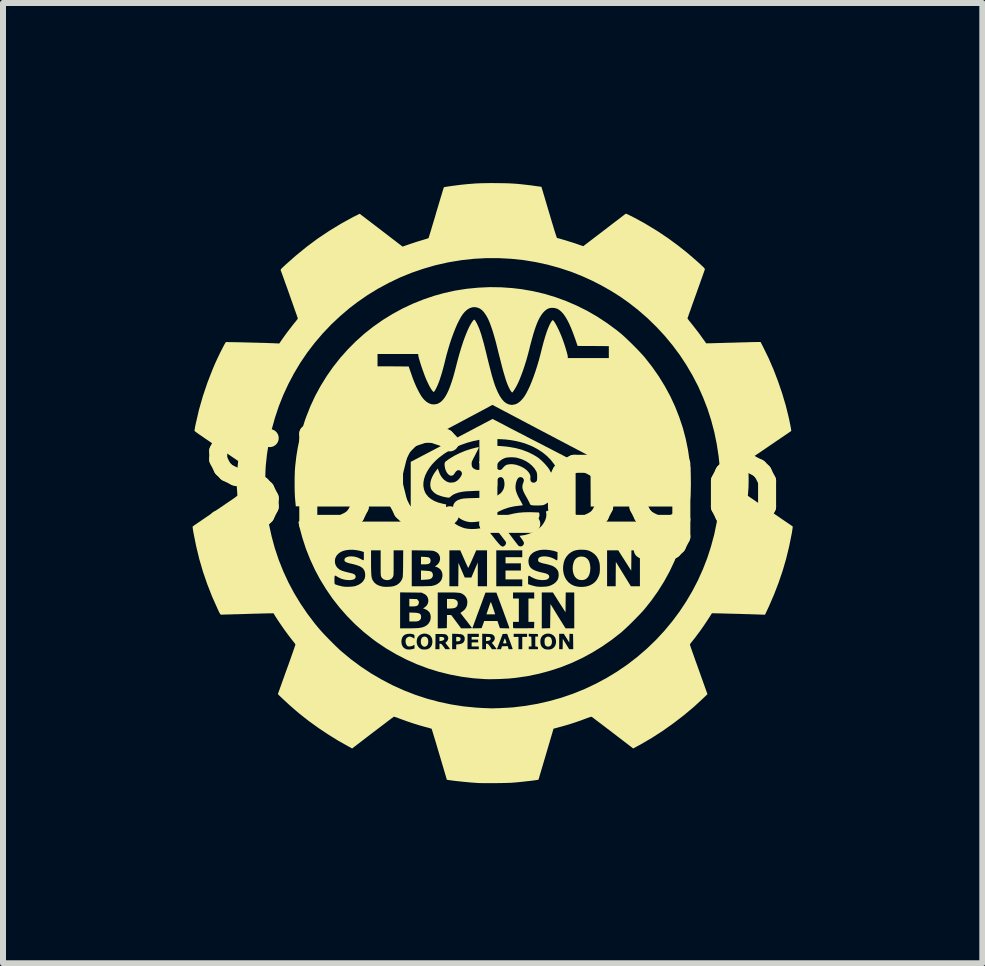
<source format=kicad_pcb>
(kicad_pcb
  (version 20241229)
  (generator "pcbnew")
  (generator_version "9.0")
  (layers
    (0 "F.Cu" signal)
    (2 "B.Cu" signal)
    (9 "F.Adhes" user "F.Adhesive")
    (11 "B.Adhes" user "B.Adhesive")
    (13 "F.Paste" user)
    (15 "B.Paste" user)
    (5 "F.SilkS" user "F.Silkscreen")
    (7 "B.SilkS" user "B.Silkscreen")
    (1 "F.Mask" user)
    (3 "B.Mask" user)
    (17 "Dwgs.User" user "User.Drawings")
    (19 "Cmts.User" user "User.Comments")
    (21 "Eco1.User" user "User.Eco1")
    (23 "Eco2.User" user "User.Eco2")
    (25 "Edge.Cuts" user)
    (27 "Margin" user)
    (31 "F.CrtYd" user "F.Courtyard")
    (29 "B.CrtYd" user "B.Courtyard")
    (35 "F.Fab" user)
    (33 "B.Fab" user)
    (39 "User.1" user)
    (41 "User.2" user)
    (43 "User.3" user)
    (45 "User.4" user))
  (footprint "SBCLogo"
    (layer "F.Cu")
    (at 5.157 4.998)
    (property "Reference" "SBCLogo" (at 0 0 0) (layer "F.SilkS") (effects (font (size 1.5 1.5) (thickness 0.3))))
    (attr board_only exclude_from_pos_files exclude_from_bom)
    (fp_poly (pts (xy -0.831 2.565) (xy -0.814 2.574) (xy -0.806 2.586) (xy -0.807 2.6) (xy -0.816 2.613) (xy -0.834 2.623) (xy -0.856 2.628) (xy -0.886 2.632) (xy -0.886 2.597) (xy -0.886 2.562) (xy -0.856 2.562)) (stroke (width 0) (type solid)) (fill yes) (layer "F.SilkS"))
    (fp_poly (pts (xy -0.558 2.565) (xy -0.541 2.575) (xy -0.533 2.591) (xy -0.533 2.596) (xy -0.538 2.616) (xy -0.551 2.629) (xy -0.573 2.635) (xy -0.581 2.636) (xy -0.607 2.636) (xy -0.607 2.599) (xy -0.607 2.562) (xy -0.583 2.562)) (stroke (width 0) (type solid)) (fill yes) (layer "F.SilkS"))
    (fp_poly (pts (xy -0.054 2.564) (xy -0.038 2.573) (xy -0.032 2.587) (xy -0.031 2.59) (xy -0.037 2.607) (xy -0.052 2.62) (xy -0.075 2.627) (xy -0.081 2.628) (xy -0.111 2.632) (xy -0.111 2.597) (xy -0.111 2.562) (xy -0.08 2.562)) (stroke (width 0) (type solid)) (fill yes) (layer "F.SilkS"))
    (fp_poly (pts (xy -1.325 1.93) (xy -1.261 1.932) (xy -1.244 1.951) (xy -1.233 1.965) (xy -1.229 1.978) (xy -1.23 1.995) (xy -1.23 1.996) (xy -1.235 2.017) (xy -1.245 2.033) (xy -1.262 2.044) (xy -1.287 2.051) (xy -1.321 2.054) (xy -1.344 2.054) (xy -1.388 2.054) (xy -1.388 1.991) (xy -1.388 1.928)) (stroke (width 0) (type solid)) (fill yes) (layer "F.SilkS"))
    (fp_poly (pts (xy -0.028 1.986) (xy -0.022 2) (xy -0.014 2.022) (xy -0.004 2.049) (xy 0.007 2.081) (xy 0.008 2.083) (xy 0.042 2.186) (xy -0.031 2.186) (xy -0.104 2.186) (xy -0.069 2.083) (xy -0.058 2.051) (xy -0.048 2.023) (xy -0.04 2.001) (xy -0.034 1.986) (xy -0.03 1.98) (xy -0.03 1.98)) (stroke (width 0) (type solid)) (fill yes) (layer "F.SilkS"))
    (fp_poly (pts (xy -1.136 1.229) (xy -1.109 1.231) (xy -1.086 1.234) (xy -1.068 1.237) (xy -1.062 1.239) (xy -1.045 1.253) (xy -1.036 1.275) (xy -1.034 1.291) (xy -1.037 1.314) (xy -1.046 1.331) (xy -1.062 1.343) (xy -1.086 1.35) (xy -1.12 1.353) (xy -1.139 1.353) (xy -1.194 1.353) (xy -1.194 1.29) (xy -1.194 1.227)) (stroke (width 0) (type solid)) (fill yes) (layer "F.SilkS"))
    (fp_poly (pts (xy -1.121 1.459) (xy -1.083 1.462) (xy -1.054 1.465) (xy -1.033 1.471) (xy -1.018 1.478) (xy -1.009 1.487) (xy -1.003 1.498) (xy -0.995 1.526) (xy -0.998 1.552) (xy -1.006 1.569) (xy -1.017 1.583) (xy -1.032 1.593) (xy -1.053 1.601) (xy -1.081 1.605) (xy -1.119 1.608) (xy -1.127 1.609) (xy -1.194 1.612) (xy -1.194 1.533) (xy -1.194 1.455)) (stroke (width 0) (type solid)) (fill yes) (layer "F.SilkS"))
    (fp_poly (pts (xy -0.673 1.929) (xy -0.653 1.931) (xy -0.637 1.934) (xy -0.623 1.939) (xy -0.618 1.942) (xy -0.595 1.959) (xy -0.583 1.981) (xy -0.581 2.007) (xy -0.584 2.025) (xy -0.593 2.049) (xy -0.608 2.066) (xy -0.629 2.078) (xy -0.658 2.085) (xy -0.697 2.088) (xy -0.711 2.089) (xy -0.761 2.089) (xy -0.761 2.009) (xy -0.761 1.929) (xy -0.702 1.929)) (stroke (width 0) (type solid)) (fill yes) (layer "F.SilkS"))
    (fp_poly (pts (xy 0.206 2.592) (xy 0.212 2.604) (xy 0.217 2.619) (xy 0.225 2.642) (xy 0.229 2.657) (xy 0.228 2.666) (xy 0.221 2.669) (xy 0.208 2.67) (xy 0.202 2.67) (xy 0.186 2.669) (xy 0.176 2.666) (xy 0.174 2.664) (xy 0.176 2.656) (xy 0.181 2.642) (xy 0.184 2.632) (xy 0.191 2.613) (xy 0.197 2.598) (xy 0.199 2.593) (xy 0.202 2.589)) (stroke (width 0) (type solid)) (fill yes) (layer "F.SilkS"))
    (fp_poly (pts (xy -1.315 2.158) (xy -1.274 2.16) (xy -1.243 2.165) (xy -1.221 2.172) (xy -1.206 2.182) (xy -1.197 2.197) (xy -1.193 2.216) (xy -1.192 2.224) (xy -1.195 2.254) (xy -1.207 2.276) (xy -1.229 2.293) (xy -1.231 2.294) (xy -1.243 2.299) (xy -1.258 2.302) (xy -1.276 2.304) (xy -1.301 2.305) (xy -1.321 2.305) (xy -1.388 2.305) (xy -1.388 2.23) (xy -1.388 2.156)) (stroke (width 0) (type solid)) (fill yes) (layer "F.SilkS"))
    (fp_poly (pts (xy -1.112 2.561) (xy -1.098 2.57) (xy -1.084 2.587) (xy -1.076 2.608) (xy -1.073 2.637) (xy -1.073 2.648) (xy -1.078 2.679) (xy -1.09 2.703) (xy -1.109 2.718) (xy -1.111 2.719) (xy -1.13 2.725) (xy -1.143 2.726) (xy -1.157 2.719) (xy -1.166 2.714) (xy -1.182 2.697) (xy -1.193 2.674) (xy -1.197 2.647) (xy -1.196 2.62) (xy -1.19 2.595) (xy -1.177 2.574) (xy -1.161 2.562) (xy -1.136 2.556)) (stroke (width 0) (type solid)) (fill yes) (layer "F.SilkS"))
    (fp_poly (pts (xy 0.954 2.564) (xy 0.97 2.578) (xy 0.981 2.6) (xy 0.987 2.626) (xy 0.987 2.654) (xy 0.982 2.68) (xy 0.97 2.702) (xy 0.964 2.709) (xy 0.943 2.721) (xy 0.919 2.724) (xy 0.899 2.719) (xy 0.881 2.707) (xy 0.87 2.688) (xy 0.865 2.662) (xy 0.864 2.631) (xy 0.866 2.609) (xy 0.868 2.595) (xy 0.873 2.585) (xy 0.881 2.576) (xy 0.885 2.572) (xy 0.907 2.559) (xy 0.931 2.557)) (stroke (width 0) (type solid)) (fill yes) (layer "F.SilkS"))
    (fp_poly (pts (xy 1.52 1.228) (xy 1.554 1.242) (xy 1.582 1.266) (xy 1.604 1.298) (xy 1.618 1.339) (xy 1.626 1.389) (xy 1.627 1.419) (xy 1.623 1.471) (xy 1.612 1.517) (xy 1.595 1.554) (xy 1.571 1.584) (xy 1.541 1.604) (xy 1.539 1.605) (xy 1.51 1.613) (xy 1.477 1.615) (xy 1.444 1.611) (xy 1.423 1.604) (xy 1.393 1.585) (xy 1.368 1.556) (xy 1.35 1.52) (xy 1.338 1.477) (xy 1.333 1.43) (xy 1.335 1.379) (xy 1.336 1.374) (xy 1.347 1.325) (xy 1.363 1.286) (xy 1.387 1.256) (xy 1.416 1.236) (xy 1.452 1.225) (xy 1.48 1.223)) (stroke (width 0) (type solid)) (fill yes) (layer "F.SilkS"))
    (fp_poly (pts (xy 0.663 0.485) (xy 0.772 0.489) (xy 0.778 0.509) (xy 0.78 0.54) (xy 0.772 0.573) (xy 0.752 0.607) (xy 0.722 0.642) (xy 0.713 0.651) (xy 0.675 0.681) (xy 0.632 0.707) (xy 0.584 0.729) (xy 0.535 0.745) (xy 0.487 0.756) (xy 0.441 0.759) (xy 0.401 0.756) (xy 0.39 0.753) (xy 0.37 0.747) (xy 0.353 0.739) (xy 0.348 0.736) (xy 0.34 0.729) (xy 0.327 0.713) (xy 0.309 0.692) (xy 0.289 0.667) (xy 0.268 0.64) (xy 0.244 0.608) (xy 0.227 0.585) (xy 0.216 0.568) (xy 0.213 0.556) (xy 0.216 0.547) (xy 0.226 0.541) (xy 0.243 0.535) (xy 0.267 0.528) (xy 0.279 0.525) (xy 0.355 0.506) (xy 0.435 0.493) (xy 0.52 0.486) (xy 0.613 0.484)) (stroke (width 0) (type solid)) (fill yes) (layer "F.SilkS"))
    (fp_poly (pts (xy 0.145 -3.262) (xy 0.338 -3.248) (xy 0.48 -3.231) (xy 0.671 -3.198) (xy 0.859 -3.154) (xy 1.043 -3.099) (xy 1.224 -3.033) (xy 1.4 -2.957) (xy 1.573 -2.871) (xy 1.741 -2.774) (xy 1.904 -2.667) (xy 2.062 -2.551) (xy 2.14 -2.488) (xy 2.171 -2.461) (xy 2.208 -2.427) (xy 2.249 -2.388) (xy 2.293 -2.346) (xy 2.338 -2.301) (xy 2.384 -2.255) (xy 2.427 -2.211) (xy 2.467 -2.168) (xy 2.502 -2.13) (xy 2.53 -2.098) (xy 2.535 -2.092) (xy 2.656 -1.938) (xy 2.767 -1.779) (xy 2.868 -1.615) (xy 2.959 -1.447) (xy 3.039 -1.275) (xy 3.108 -1.099) (xy 3.168 -0.92) (xy 3.216 -0.738) (xy 3.254 -0.553) (xy 3.281 -0.366) (xy 3.297 -0.178) (xy 3.301 0.013) (xy 3.295 0.205) (xy 3.282 0.358) (xy 3.278 0.39) (xy 2.456 0.39) (xy 1.633 0.39) (xy 1.631 -0.026) (xy 1.63 -0.442) (xy 0.813 -0.872) (xy -0.004 -1.303) (xy -0.498 -1.039) (xy -0.576 -0.997) (xy -0.658 -0.954) (xy -0.742 -0.909) (xy -0.826 -0.864) (xy -0.91 -0.819) (xy -0.991 -0.776) (xy -1.069 -0.734) (xy -1.142 -0.695) (xy -1.209 -0.659) (xy -1.267 -0.628) (xy -1.302 -0.609) (xy -1.613 -0.443) (xy -1.614 -0.026) (xy -1.616 0.39) (xy -2.448 0.39) (xy -2.575 0.39) (xy -2.691 0.39) (xy -2.798 0.39) (xy -2.894 0.39) (xy -2.98 0.389) (xy -3.055 0.389) (xy -3.12 0.389) (xy -3.174 0.388) (xy -3.217 0.387) (xy -3.249 0.387) (xy -3.269 0.386) (xy -3.279 0.385) (xy -3.28 0.385) (xy -3.28 0.377) (xy -3.282 0.361) (xy -3.284 0.337) (xy -3.287 0.308) (xy -3.289 0.286) (xy -3.293 0.24) (xy -3.296 0.185) (xy -3.298 0.122) (xy -3.299 0.056) (xy -3.299 -0.012) (xy -3.299 -0.081) (xy -3.297 -0.146) (xy -3.295 -0.207) (xy -3.291 -0.26) (xy -3.289 -0.288) (xy -3.27 -0.449) (xy -3.245 -0.602) (xy -3.213 -0.75) (xy -3.175 -0.895) (xy -3.129 -1.04) (xy -3.107 -1.102) (xy -3.037 -1.279) (xy -2.957 -1.452) (xy -2.866 -1.619) (xy -2.766 -1.781) (xy -2.657 -1.937) (xy -2.539 -2.086) (xy -2.481 -2.151) (xy -1.918 -2.151) (xy -1.918 -2.049) (xy -1.918 -1.946) (xy -1.658 -1.945) (xy -1.399 -1.943) (xy -1.365 -1.846) (xy -1.347 -1.794) (xy -1.332 -1.749) (xy -1.317 -1.711) (xy -1.304 -1.678) (xy -1.29 -1.646) (xy -1.276 -1.613) (xy -1.259 -1.578) (xy -1.256 -1.573) (xy -1.231 -1.523) (xy -1.208 -1.481) (xy -1.187 -1.447) (xy -1.165 -1.417) (xy -1.143 -1.391) (xy -1.142 -1.39) (xy -1.102 -1.354) (xy -1.06 -1.329) (xy -1.017 -1.314) (xy -0.974 -1.311) (xy -0.93 -1.318) (xy -0.909 -1.326) (xy -0.878 -1.343) (xy -0.848 -1.367) (xy -0.82 -1.398) (xy -0.792 -1.436) (xy -0.765 -1.483) (xy -0.738 -1.539) (xy -0.712 -1.603) (xy -0.686 -1.677) (xy -0.659 -1.76) (xy -0.633 -1.855) (xy -0.606 -1.959) (xy -0.601 -1.979) (xy -0.576 -2.075) (xy -0.55 -2.168) (xy -0.523 -2.257) (xy -0.496 -2.341) (xy -0.468 -2.419) (xy -0.44 -2.491) (xy -0.413 -2.555) (xy -0.386 -2.611) (xy -0.36 -2.658) (xy -0.336 -2.695) (xy -0.332 -2.699) (xy -0.32 -2.714) (xy -0.312 -2.722) (xy -0.306 -2.723) (xy -0.3 -2.719) (xy -0.299 -2.718) (xy -0.29 -2.707) (xy -0.278 -2.687) (xy -0.264 -2.66) (xy -0.249 -2.63) (xy -0.234 -2.597) (xy -0.221 -2.565) (xy -0.217 -2.555) (xy -0.205 -2.519) (xy -0.191 -2.479) (xy -0.178 -2.433) (xy -0.163 -2.381) (xy -0.146 -2.321) (xy -0.129 -2.252) (xy -0.109 -2.174) (xy -0.089 -2.09) (xy -0.067 -2.001) (xy -0.047 -1.923) (xy -0.029 -1.854) (xy -0.013 -1.792) (xy 0.003 -1.738) (xy 0.018 -1.69) (xy 0.032 -1.646) (xy 0.046 -1.607) (xy 0.061 -1.571) (xy 0.076 -1.536) (xy 0.089 -1.508) (xy 0.121 -1.447) (xy 0.155 -1.397) (xy 0.19 -1.358) (xy 0.227 -1.33) (xy 0.267 -1.312) (xy 0.308 -1.304) (xy 0.331 -1.304) (xy 0.369 -1.311) (xy 0.398 -1.321) (xy 0.429 -1.339) (xy 0.461 -1.365) (xy 0.492 -1.397) (xy 0.521 -1.433) (xy 0.527 -1.442) (xy 0.557 -1.49) (xy 0.587 -1.548) (xy 0.619 -1.615) (xy 0.65 -1.69) (xy 0.681 -1.771) (xy 0.711 -1.857) (xy 0.74 -1.947) (xy 0.768 -2.04) (xy 0.793 -2.134) (xy 0.803 -2.174) (xy 0.828 -2.274) (xy 0.852 -2.363) (xy 0.875 -2.441) (xy 0.897 -2.51) (xy 0.919 -2.57) (xy 0.941 -2.621) (xy 0.949 -2.639) (xy 0.967 -2.673) (xy 0.981 -2.696) (xy 0.992 -2.71) (xy 1.001 -2.714) (xy 1.006 -2.713) (xy 1.016 -2.702) (xy 1.03 -2.683) (xy 1.047 -2.655) (xy 1.066 -2.621) (xy 1.085 -2.583) (xy 1.106 -2.54) (xy 1.125 -2.496) (xy 1.144 -2.452) (xy 1.159 -2.413) (xy 1.176 -2.367) (xy 1.192 -2.32) (xy 1.207 -2.274) (xy 1.22 -2.23) (xy 1.232 -2.191) (xy 1.241 -2.157) (xy 1.248 -2.13) (xy 1.251 -2.112) (xy 1.251 -2.109) (xy 1.251 -2.083) (xy 1.593 -2.083) (xy 1.935 -2.083) (xy 1.935 -2.183) (xy 1.935 -2.282) (xy 1.675 -2.284) (xy 1.415 -2.285) (xy 1.374 -2.405) (xy 1.34 -2.498) (xy 1.308 -2.58) (xy 1.276 -2.652) (xy 1.245 -2.714) (xy 1.214 -2.767) (xy 1.183 -2.812) (xy 1.151 -2.849) (xy 1.146 -2.854) (xy 1.109 -2.885) (xy 1.073 -2.906) (xy 1.033 -2.917) (xy 1.006 -2.92) (xy 0.967 -2.919) (xy 0.933 -2.911) (xy 0.902 -2.895) (xy 0.87 -2.87) (xy 0.858 -2.859) (xy 0.833 -2.831) (xy 0.809 -2.799) (xy 0.786 -2.761) (xy 0.763 -2.718) (xy 0.741 -2.668) (xy 0.719 -2.611) (xy 0.697 -2.546) (xy 0.674 -2.472) (xy 0.651 -2.388) (xy 0.626 -2.295) (xy 0.611 -2.233) (xy 0.586 -2.138) (xy 0.56 -2.045) (xy 0.532 -1.956) (xy 0.504 -1.872) (xy 0.475 -1.794) (xy 0.447 -1.723) (xy 0.419 -1.66) (xy 0.391 -1.606) (xy 0.365 -1.562) (xy 0.365 -1.562) (xy 0.351 -1.541) (xy 0.339 -1.524) (xy 0.331 -1.513) (xy 0.328 -1.51) (xy 0.321 -1.512) (xy 0.311 -1.523) (xy 0.298 -1.542) (xy 0.284 -1.565) (xy 0.27 -1.593) (xy 0.267 -1.598) (xy 0.256 -1.624) (xy 0.244 -1.652) (xy 0.232 -1.685) (xy 0.219 -1.722) (xy 0.206 -1.764) (xy 0.192 -1.812) (xy 0.176 -1.866) (xy 0.159 -1.929) (xy 0.141 -1.999) (xy 0.121 -2.079) (xy 0.098 -2.168) (xy 0.079 -2.245) (xy 0.052 -2.353) (xy 0.025 -2.45) (xy -0.001 -2.537) (xy -0.027 -2.613) (xy -0.052 -2.68) (xy -0.078 -2.739) (xy -0.105 -2.788) (xy -0.132 -2.829) (xy -0.159 -2.863) (xy -0.188 -2.89) (xy -0.219 -2.91) (xy -0.25 -2.923) (xy -0.252 -2.924) (xy -0.296 -2.932) (xy -0.339 -2.929) (xy -0.382 -2.915) (xy -0.424 -2.89) (xy -0.464 -2.854) (xy -0.498 -2.814) (xy -0.527 -2.77) (xy -0.557 -2.715) (xy -0.589 -2.652) (xy -0.62 -2.58) (xy -0.651 -2.502) (xy -0.682 -2.418) (xy -0.712 -2.329) (xy -0.74 -2.236) (xy -0.767 -2.141) (xy -0.786 -2.066) (xy -0.808 -1.976) (xy -0.829 -1.897) (xy -0.849 -1.826) (xy -0.869 -1.763) (xy -0.883 -1.719) (xy -0.898 -1.679) (xy -0.914 -1.639) (xy -0.931 -1.601) (xy -0.947 -1.569) (xy -0.961 -1.544) (xy -0.971 -1.53) (xy -0.983 -1.516) (xy -1.005 -1.54) (xy -1.02 -1.559) (xy -1.037 -1.587) (xy -1.057 -1.623) (xy -1.077 -1.664) (xy -1.098 -1.708) (xy -1.118 -1.755) (xy -1.127 -1.778) (xy -1.141 -1.815) (xy -1.156 -1.857) (xy -1.172 -1.9) (xy -1.187 -1.945) (xy -1.201 -1.988) (xy -1.213 -2.028) (xy -1.224 -2.064) (xy -1.232 -2.093) (xy -1.237 -2.114) (xy -1.238 -2.121) (xy -1.241 -2.151) (xy -1.579 -2.151) (xy -1.918 -2.151) (xy -2.481 -2.151) (xy -2.412 -2.229) (xy -2.277 -2.364) (xy -2.134 -2.492) (xy -1.983 -2.611) (xy -1.98 -2.613) (xy -1.827 -2.72) (xy -1.666 -2.819) (xy -1.5 -2.909) (xy -1.328 -2.99) (xy -1.152 -3.06) (xy -0.973 -3.121) (xy -0.814 -3.165) (xy -0.626 -3.207) (xy -0.435 -3.237) (xy -0.242 -3.256) (xy -0.049 -3.265)) (stroke (width 0) (type solid)) (fill yes) (layer "F.SilkS"))
    (fp_poly (pts (xy 0.034 -0.622) (xy 0.083 -0.62) (xy 0.135 -0.617) (xy 0.186 -0.613) (xy 0.234 -0.608) (xy 0.267 -0.604) (xy 0.381 -0.584) (xy 0.488 -0.555) (xy 0.587 -0.518) (xy 0.678 -0.473) (xy 0.738 -0.437) (xy 0.774 -0.411) (xy 0.812 -0.378) (xy 0.851 -0.34) (xy 0.887 -0.301) (xy 0.919 -0.263) (xy 0.943 -0.229) (xy 0.98 -0.158) (xy 1.011 -0.081) (xy 1.024 -0.039) (xy 1.029 -0.019) (xy 1.033 0.001) (xy 1.035 0.024) (xy 1.036 0.052) (xy 1.037 0.088) (xy 1.037 0.097) (xy 1.037 0.132) (xy 1.036 0.158) (xy 1.035 0.177) (xy 1.033 0.192) (xy 1.03 0.205) (xy 1.025 0.218) (xy 1.023 0.222) (xy 1.015 0.239) (xy 1.006 0.253) (xy 0.994 0.266) (xy 0.976 0.282) (xy 0.96 0.295) (xy 0.936 0.314) (xy 0.909 0.332) (xy 0.885 0.346) (xy 0.875 0.352) (xy 0.859 0.36) (xy 0.845 0.365) (xy 0.83 0.368) (xy 0.813 0.37) (xy 0.788 0.371) (xy 0.764 0.372) (xy 0.732 0.372) (xy 0.702 0.372) (xy 0.677 0.371) (xy 0.659 0.369) (xy 0.642 0.366) (xy 0.632 0.362) (xy 0.625 0.353) (xy 0.617 0.338) (xy 0.615 0.333) (xy 0.608 0.316) (xy 0.595 0.293) (xy 0.581 0.265) (xy 0.565 0.237) (xy 0.563 0.234) (xy 0.538 0.189) (xy 0.519 0.151) (xy 0.506 0.12) (xy 0.498 0.092) (xy 0.495 0.067) (xy 0.496 0.042) (xy 0.502 0.016) (xy 0.512 -0.013) (xy 0.513 -0.015) (xy 0.52 -0.042) (xy 0.517 -0.064) (xy 0.503 -0.084) (xy 0.502 -0.086) (xy 0.484 -0.097) (xy 0.461 -0.1) (xy 0.439 -0.095) (xy 0.431 -0.09) (xy 0.417 -0.075) (xy 0.404 -0.051) (xy 0.393 -0.021) (xy 0.385 0.013) (xy 0.381 0.048) (xy 0.38 0.081) (xy 0.381 0.085) (xy 0.385 0.116) (xy 0.394 0.148) (xy 0.407 0.183) (xy 0.425 0.223) (xy 0.45 0.269) (xy 0.456 0.281) (xy 0.472 0.308) (xy 0.485 0.333) (xy 0.495 0.352) (xy 0.5 0.364) (xy 0.501 0.368) (xy 0.495 0.37) (xy 0.48 0.372) (xy 0.459 0.375) (xy 0.451 0.375) (xy 0.357 0.387) (xy 0.267 0.407) (xy 0.179 0.437) (xy 0.092 0.477) (xy 0.004 0.527) (xy -0.014 0.539) (xy -0.062 0.568) (xy -0.102 0.592) (xy -0.138 0.61) (xy -0.17 0.623) (xy -0.201 0.633) (xy -0.208 0.635) (xy -0.242 0.641) (xy -0.281 0.646) (xy -0.322 0.649) (xy -0.361 0.65) (xy -0.393 0.648) (xy -0.396 0.647) (xy -0.447 0.636) (xy -0.495 0.618) (xy -0.539 0.594) (xy -0.578 0.565) (xy -0.611 0.532) (xy -0.637 0.497) (xy -0.654 0.46) (xy -0.662 0.422) (xy -0.661 0.397) (xy -0.653 0.359) (xy -0.636 0.328) (xy -0.611 0.302) (xy -0.576 0.281) (xy -0.531 0.266) (xy -0.519 0.263) (xy -0.504 0.26) (xy -0.485 0.257) (xy -0.461 0.255) (xy -0.43 0.253) (xy -0.391 0.251) (xy -0.344 0.25) (xy -0.286 0.248) (xy -0.279 0.248) (xy -0.216 0.246) (xy -0.162 0.244) (xy -0.118 0.242) (xy -0.08 0.24) (xy -0.049 0.237) (xy -0.023 0.234) (xy 0.000003 0.23) (xy 0.021 0.225) (xy 0.041 0.219) (xy 0.043 0.219) (xy 0.09 0.199) (xy 0.129 0.172) (xy 0.16 0.137) (xy 0.182 0.097) (xy 0.194 0.052) (xy 0.197 0.019) (xy 0.194 -0.024) (xy 0.186 -0.058) (xy 0.172 -0.082) (xy 0.154 -0.096) (xy 0.133 -0.1) (xy 0.114 -0.097) (xy 0.098 -0.087) (xy 0.094 -0.083) (xy 0.086 -0.075) (xy 0.081 -0.068) (xy 0.079 -0.058) (xy 0.078 -0.044) (xy 0.078 -0.023) (xy 0.078 -0.007) (xy 0.078 0.026) (xy 0.076 0.05) (xy 0.07 0.068) (xy 0.059 0.081) (xy 0.043 0.093) (xy 0.039 0.095) (xy 0.026 0.102) (xy 0.012 0.108) (xy -0.004 0.113) (xy -0.024 0.117) (xy -0.049 0.12) (xy -0.079 0.122) (xy -0.117 0.124) (xy -0.164 0.126) (xy -0.22 0.128) (xy -0.243 0.128) (xy -0.31 0.13) (xy -0.367 0.133) (xy -0.415 0.135) (xy -0.456 0.138) (xy -0.491 0.142) (xy -0.521 0.147) (xy -0.549 0.153) (xy -0.575 0.159) (xy -0.595 0.166) (xy -0.631 0.179) (xy -0.66 0.194) (xy -0.685 0.212) (xy -0.7 0.224) (xy -0.712 0.235) (xy -0.723 0.24) (xy -0.735 0.242) (xy -0.754 0.24) (xy -0.754 0.24) (xy -0.789 0.234) (xy -0.829 0.225) (xy -0.869 0.213) (xy -0.904 0.2) (xy -0.927 0.191) (xy -0.96 0.17) (xy -0.989 0.145) (xy -1.013 0.118) (xy -1.029 0.091) (xy -1.03 0.086) (xy -1.039 0.043) (xy -1.038 -0.004) (xy -1.027 -0.054) (xy -1.006 -0.106) (xy -0.977 -0.159) (xy -0.94 -0.21) (xy -0.913 -0.244) (xy -0.901 -0.205) (xy -0.878 -0.147) (xy -0.849 -0.099) (xy -0.815 -0.06) (xy -0.775 -0.031) (xy -0.765 -0.026) (xy -0.743 -0.016) (xy -0.723 -0.011) (xy -0.701 -0.009) (xy -0.69 -0.009) (xy -0.653 -0.012) (xy -0.621 -0.022) (xy -0.591 -0.041) (xy -0.578 -0.052) (xy -0.559 -0.072) (xy -0.54 -0.096) (xy -0.525 -0.12) (xy -0.515 -0.142) (xy -0.512 -0.15) (xy -0.513 -0.172) (xy -0.523 -0.192) (xy -0.541 -0.208) (xy -0.548 -0.212) (xy -0.57 -0.216) (xy -0.591 -0.211) (xy -0.61 -0.196) (xy -0.63 -0.169) (xy -0.632 -0.165) (xy -0.644 -0.149) (xy -0.656 -0.135) (xy -0.661 -0.132) (xy -0.682 -0.123) (xy -0.705 -0.125) (xy -0.727 -0.136) (xy -0.747 -0.155) (xy -0.766 -0.18) (xy -0.781 -0.211) (xy -0.793 -0.246) (xy -0.799 -0.284) (xy -0.801 -0.309) (xy -0.8 -0.324) (xy -0.799 -0.337) (xy -0.794 -0.347) (xy -0.786 -0.358) (xy -0.772 -0.369) (xy -0.752 -0.384) (xy -0.724 -0.403) (xy -0.715 -0.409) (xy -0.636 -0.457) (xy -0.549 -0.5) (xy -0.458 -0.538) (xy -0.366 -0.568) (xy -0.333 -0.577) (xy -0.297 -0.586) (xy -0.271 -0.593) (xy -0.252 -0.597) (xy -0.24 -0.598) (xy -0.234 -0.598) (xy -0.231 -0.596) (xy -0.231 -0.594) (xy -0.233 -0.586) (xy -0.24 -0.57) (xy -0.25 -0.55) (xy -0.26 -0.53) (xy -0.284 -0.483) (xy -0.303 -0.445) (xy -0.319 -0.416) (xy -0.33 -0.393) (xy -0.339 -0.375) (xy -0.344 -0.362) (xy -0.348 -0.351) (xy -0.35 -0.343) (xy -0.35 -0.335) (xy -0.351 -0.327) (xy -0.35 -0.319) (xy -0.349 -0.295) (xy -0.344 -0.277) (xy -0.338 -0.264) (xy -0.319 -0.244) (xy -0.293 -0.23) (xy -0.265 -0.221) (xy -0.236 -0.219) (xy -0.21 -0.224) (xy -0.191 -0.234) (xy -0.177 -0.253) (xy -0.174 -0.269) (xy 0.061 -0.269) (xy 0.062 -0.263) (xy 0.072 -0.241) (xy 0.089 -0.226) (xy 0.113 -0.22) (xy 0.118 -0.219) (xy 0.134 -0.221) (xy 0.147 -0.227) (xy 0.159 -0.24) (xy 0.182 -0.266) (xy 0.2 -0.284) (xy 0.216 -0.296) (xy 0.232 -0.304) (xy 0.243 -0.308) (xy 0.287 -0.315) (xy 0.334 -0.315) (xy 0.384 -0.307) (xy 0.433 -0.292) (xy 0.481 -0.272) (xy 0.526 -0.247) (xy 0.565 -0.217) (xy 0.596 -0.185) (xy 0.616 -0.153) (xy 0.625 -0.134) (xy 0.629 -0.118) (xy 0.629 -0.099) (xy 0.628 -0.087) (xy 0.628 -0.055) (xy 0.636 -0.031) (xy 0.652 -0.015) (xy 0.665 -0.01) (xy 0.689 -0.007) (xy 0.708 -0.013) (xy 0.725 -0.027) (xy 0.732 -0.035) (xy 0.737 -0.042) (xy 0.739 -0.053) (xy 0.74 -0.068) (xy 0.741 -0.09) (xy 0.741 -0.104) (xy 0.741 -0.133) (xy 0.739 -0.153) (xy 0.737 -0.168) (xy 0.732 -0.183) (xy 0.725 -0.199) (xy 0.695 -0.247) (xy 0.655 -0.291) (xy 0.607 -0.332) (xy 0.552 -0.367) (xy 0.49 -0.396) (xy 0.423 -0.417) (xy 0.406 -0.422) (xy 0.376 -0.427) (xy 0.34 -0.43) (xy 0.302 -0.431) (xy 0.266 -0.429) (xy 0.236 -0.426) (xy 0.228 -0.425) (xy 0.191 -0.413) (xy 0.156 -0.395) (xy 0.125 -0.373) (xy 0.098 -0.348) (xy 0.078 -0.322) (xy 0.065 -0.295) (xy 0.061 -0.269) (xy -0.174 -0.269) (xy -0.173 -0.274) (xy -0.178 -0.296) (xy -0.189 -0.312) (xy -0.2 -0.322) (xy -0.209 -0.328) (xy -0.211 -0.328) (xy -0.22 -0.331) (xy -0.225 -0.333) (xy -0.227 -0.337) (xy -0.226 -0.345) (xy -0.22 -0.359) (xy -0.209 -0.38) (xy -0.198 -0.4) (xy -0.173 -0.445) (xy -0.154 -0.483) (xy -0.138 -0.513) (xy -0.127 -0.539) (xy -0.119 -0.561) (xy -0.114 -0.58) (xy -0.104 -0.617) (xy -0.044 -0.621) (xy -0.009 -0.622)) (stroke (width 0) (type solid)) (fill yes) (layer "F.SilkS"))
    (fp_poly (pts (xy 0.106 -4.997) (xy 0.189 -4.996) (xy 0.266 -4.994) (xy 0.339 -4.99) (xy 0.411 -4.985) (xy 0.484 -4.978) (xy 0.562 -4.969) (xy 0.646 -4.959) (xy 0.702 -4.951) (xy 0.812 -4.936) (xy 0.825 -4.893) (xy 0.829 -4.88) (xy 0.836 -4.858) (xy 0.845 -4.826) (xy 0.857 -4.787) (xy 0.871 -4.74) (xy 0.886 -4.688) (xy 0.903 -4.631) (xy 0.921 -4.57) (xy 0.94 -4.506) (xy 0.952 -4.467) (xy 0.971 -4.402) (xy 0.989 -4.341) (xy 1.007 -4.284) (xy 1.022 -4.233) (xy 1.036 -4.188) (xy 1.048 -4.15) (xy 1.058 -4.119) (xy 1.066 -4.098) (xy 1.07 -4.086) (xy 1.072 -4.083) (xy 1.081 -4.082) (xy 1.1 -4.077) (xy 1.126 -4.07) (xy 1.158 -4.06) (xy 1.195 -4.05) (xy 1.234 -4.038) (xy 1.274 -4.025) (xy 1.314 -4.013) (xy 1.352 -4.001) (xy 1.385 -3.99) (xy 1.401 -3.984) (xy 1.509 -3.947) (xy 1.86 -4.215) (xy 1.916 -4.258) (xy 1.969 -4.299) (xy 2.019 -4.337) (xy 2.065 -4.372) (xy 2.106 -4.403) (xy 2.142 -4.431) (xy 2.171 -4.453) (xy 2.194 -4.471) (xy 2.21 -4.483) (xy 2.217 -4.488) (xy 2.217 -4.488) (xy 2.224 -4.487) (xy 2.239 -4.481) (xy 2.262 -4.471) (xy 2.291 -4.456) (xy 2.325 -4.439) (xy 2.363 -4.42) (xy 2.403 -4.399) (xy 2.444 -4.376) (xy 2.486 -4.353) (xy 2.526 -4.331) (xy 2.563 -4.309) (xy 2.565 -4.308) (xy 2.746 -4.198) (xy 2.919 -4.082) (xy 3.087 -3.959) (xy 3.25 -3.829) (xy 3.412 -3.689) (xy 3.475 -3.631) (xy 3.501 -3.607) (xy 3.519 -3.589) (xy 3.529 -3.576) (xy 3.534 -3.567) (xy 3.535 -3.562) (xy 3.532 -3.555) (xy 3.527 -3.538) (xy 3.518 -3.512) (xy 3.506 -3.478) (xy 3.491 -3.436) (xy 3.474 -3.389) (xy 3.455 -3.335) (xy 3.434 -3.277) (xy 3.412 -3.215) (xy 3.389 -3.15) (xy 3.389 -3.15) (xy 3.366 -3.086) (xy 3.344 -3.024) (xy 3.323 -2.966) (xy 3.305 -2.913) (xy 3.288 -2.866) (xy 3.273 -2.825) (xy 3.262 -2.792) (xy 3.253 -2.767) (xy 3.247 -2.75) (xy 3.246 -2.744) (xy 3.246 -2.744) (xy 3.249 -2.738) (xy 3.259 -2.724) (xy 3.273 -2.705) (xy 3.292 -2.682) (xy 3.312 -2.657) (xy 3.433 -2.502) (xy 3.549 -2.34) (xy 3.556 -2.329) (xy 3.562 -2.329) (xy 3.578 -2.329) (xy 3.604 -2.33) (xy 3.639 -2.33) (xy 3.681 -2.331) (xy 3.73 -2.333) (xy 3.785 -2.334) (xy 3.846 -2.336) (xy 3.91 -2.338) (xy 3.969 -2.339) (xy 4.038 -2.341) (xy 4.104 -2.343) (xy 4.167 -2.345) (xy 4.225 -2.346) (xy 4.278 -2.348) (xy 4.324 -2.349) (xy 4.362 -2.35) (xy 4.393 -2.35) (xy 4.413 -2.351) (xy 4.422 -2.351) (xy 4.463 -2.351) (xy 4.509 -2.261) (xy 4.598 -2.079) (xy 4.68 -1.889) (xy 4.755 -1.693) (xy 4.823 -1.493) (xy 4.883 -1.291) (xy 4.915 -1.163) (xy 4.925 -1.122) (xy 4.935 -1.08) (xy 4.944 -1.037) (xy 4.952 -0.997) (xy 4.96 -0.959) (xy 4.966 -0.926) (xy 4.971 -0.899) (xy 4.973 -0.88) (xy 4.974 -0.87) (xy 4.973 -0.868) (xy 4.968 -0.865) (xy 4.954 -0.855) (xy 4.932 -0.84) (xy 4.903 -0.82) (xy 4.868 -0.796) (xy 4.826 -0.768) (xy 4.78 -0.736) (xy 4.729 -0.702) (xy 4.675 -0.665) (xy 4.618 -0.626) (xy 4.61 -0.621) (xy 4.553 -0.582) (xy 4.499 -0.545) (xy 4.448 -0.51) (xy 4.401 -0.479) (xy 4.359 -0.45) (xy 4.323 -0.426) (xy 4.293 -0.405) (xy 4.271 -0.39) (xy 4.256 -0.38) (xy 4.25 -0.376) (xy 4.25 -0.376) (xy 4.25 -0.37) (xy 4.25 -0.355) (xy 4.252 -0.333) (xy 4.254 -0.307) (xy 4.254 -0.304) (xy 4.258 -0.247) (xy 4.261 -0.185) (xy 4.263 -0.12) (xy 4.264 -0.056) (xy 4.263 0.006) (xy 4.262 0.062) (xy 4.259 0.11) (xy 4.258 0.12) (xy 4.256 0.15) (xy 4.254 0.177) (xy 4.252 0.197) (xy 4.251 0.209) (xy 4.251 0.212) (xy 4.256 0.215) (xy 4.269 0.224) (xy 4.29 0.239) (xy 4.319 0.258) (xy 4.354 0.282) (xy 4.395 0.31) (xy 4.442 0.342) (xy 4.492 0.376) (xy 4.547 0.413) (xy 4.604 0.453) (xy 4.622 0.465) (xy 4.68 0.504) (xy 4.736 0.542) (xy 4.788 0.578) (xy 4.836 0.611) (xy 4.879 0.64) (xy 4.917 0.666) (xy 4.948 0.687) (xy 4.972 0.704) (xy 4.989 0.715) (xy 4.997 0.721) (xy 4.997 0.721) (xy 4.998 0.728) (xy 4.997 0.745) (xy 4.993 0.771) (xy 4.988 0.804) (xy 4.982 0.842) (xy 4.981 0.844) (xy 4.939 1.054) (xy 4.889 1.259) (xy 4.831 1.459) (xy 4.764 1.656) (xy 4.688 1.854) (xy 4.602 2.053) (xy 4.581 2.098) (xy 4.537 2.192) (xy 4.434 2.189) (xy 4.403 2.188) (xy 4.363 2.186) (xy 4.317 2.185) (xy 4.266 2.183) (xy 4.211 2.182) (xy 4.152 2.18) (xy 4.093 2.178) (xy 4.033 2.177) (xy 3.974 2.175) (xy 3.917 2.174) (xy 3.864 2.172) (xy 3.815 2.171) (xy 3.773 2.17) (xy 3.737 2.169) (xy 3.711 2.169) (xy 3.694 2.168) (xy 3.692 2.168) (xy 3.652 2.168) (xy 3.619 2.221) (xy 3.581 2.279) (xy 3.54 2.341) (xy 3.497 2.404) (xy 3.453 2.466) (xy 3.409 2.525) (xy 3.368 2.58) (xy 3.33 2.628) (xy 3.315 2.646) (xy 3.301 2.664) (xy 3.291 2.679) (xy 3.286 2.688) (xy 3.285 2.69) (xy 3.287 2.696) (xy 3.293 2.713) (xy 3.301 2.738) (xy 3.313 2.772) (xy 3.327 2.813) (xy 3.344 2.86) (xy 3.363 2.913) (xy 3.383 2.971) (xy 3.406 3.033) (xy 3.429 3.098) (xy 3.432 3.107) (xy 3.578 3.516) (xy 3.507 3.584) (xy 3.351 3.728) (xy 3.185 3.867) (xy 3.012 4) (xy 2.833 4.127) (xy 2.65 4.245) (xy 2.465 4.353) (xy 2.4 4.388) (xy 2.341 4.42) (xy 1.998 4.157) (xy 1.943 4.115) (xy 1.89 4.075) (xy 1.841 4.037) (xy 1.796 4.003) (xy 1.755 3.972) (xy 1.72 3.946) (xy 1.691 3.924) (xy 1.669 3.907) (xy 1.654 3.896) (xy 1.647 3.892) (xy 1.647 3.892) (xy 1.639 3.893) (xy 1.623 3.897) (xy 1.6 3.905) (xy 1.573 3.914) (xy 1.558 3.92) (xy 1.464 3.955) (xy 1.365 3.989) (xy 1.266 4.021) (xy 1.168 4.049) (xy 1.077 4.074) (xy 1.063 4.078) (xy 1.014 4.09) (xy 0.889 4.515) (xy 0.763 4.941) (xy 0.718 4.948) (xy 0.69 4.952) (xy 0.653 4.957) (xy 0.61 4.962) (xy 0.562 4.967) (xy 0.512 4.973) (xy 0.462 4.978) (xy 0.415 4.983) (xy 0.372 4.987) (xy 0.339 4.989) (xy 0.306 4.992) (xy 0.263 4.993) (xy 0.212 4.995) (xy 0.157 4.996) (xy 0.097 4.997) (xy 0.036 4.998) (xy -0.026 4.998) (xy -0.085 4.998) (xy -0.139 4.998) (xy -0.188 4.997) (xy -0.229 4.996) (xy -0.254 4.995) (xy -0.307 4.991) (xy -0.366 4.987) (xy -0.429 4.981) (xy -0.492 4.975) (xy -0.555 4.968) (xy -0.614 4.962) (xy -0.668 4.955) (xy -0.714 4.949) (xy -0.741 4.945) (xy -0.763 4.941) (xy -0.888 4.519) (xy -0.908 4.452) (xy -0.927 4.388) (xy -0.944 4.329) (xy -0.961 4.274) (xy -0.976 4.224) (xy -0.989 4.182) (xy -1 4.146) (xy -1.008 4.119) (xy -1.014 4.101) (xy -1.017 4.093) (xy -1.017 4.093) (xy -1.023 4.09) (xy -1.039 4.085) (xy -1.062 4.078) (xy -1.091 4.07) (xy -1.115 4.064) (xy -1.219 4.035) (xy -1.316 4.005) (xy -1.412 3.973) (xy -1.509 3.938) (xy -1.558 3.92) (xy -1.586 3.909) (xy -1.612 3.9) (xy -1.632 3.894) (xy -1.644 3.891) (xy -1.647 3.891) (xy -1.652 3.895) (xy -1.666 3.906) (xy -1.688 3.922) (xy -1.717 3.943) (xy -1.751 3.969) (xy -1.791 4) (xy -1.836 4.034) (xy -1.885 4.071) (xy -1.937 4.111) (xy -1.992 4.153) (xy -1.998 4.157) (xy -2.341 4.42) (xy -2.401 4.387) (xy -2.569 4.293) (xy -2.737 4.189) (xy -2.902 4.079) (xy -3.063 3.963) (xy -3.216 3.843) (xy -3.288 3.782) (xy -3.314 3.759) (xy -3.345 3.732) (xy -3.379 3.702) (xy -3.413 3.671) (xy -3.448 3.639) (xy -3.48 3.609) (xy -3.509 3.582) (xy -3.533 3.559) (xy -3.55 3.543) (xy -3.55 3.543) (xy -3.578 3.514) (xy -3.432 3.106) (xy -3.408 3.041) (xy -3.386 2.978) (xy -3.365 2.92) (xy -3.346 2.866) (xy -3.329 2.818) (xy -3.315 2.776) (xy -3.303 2.742) (xy -3.294 2.715) (xy -3.288 2.698) (xy -3.285 2.69) (xy -3.285 2.69) (xy -3.289 2.682) (xy -3.298 2.668) (xy -3.311 2.651) (xy -3.315 2.646) (xy -3.348 2.605) (xy -3.385 2.557) (xy -3.425 2.503) (xy -3.467 2.446) (xy -3.508 2.387) (xy -3.548 2.329) (xy -3.585 2.274) (xy -3.617 2.224) (xy -3.624 2.213) (xy -3.651 2.168) (xy -3.695 2.169) (xy -3.708 2.169) (xy -3.731 2.169) (xy -3.764 2.17) (xy -3.805 2.171) (xy -3.853 2.172) (xy -3.907 2.174) (xy -3.966 2.175) (xy -4.029 2.177) (xy -4.095 2.179) (xy -4.126 2.18) (xy -4.192 2.182) (xy -4.254 2.184) (xy -4.313 2.185) (xy -4.366 2.187) (xy -4.413 2.188) (xy -4.454 2.189) (xy -4.486 2.19) (xy -4.509 2.191) (xy -4.523 2.191) (xy -4.526 2.191) (xy -4.531 2.19) (xy -4.536 2.184) (xy -4.543 2.174) (xy -4.553 2.157) (xy -4.565 2.132) (xy -4.581 2.098) (xy -4.583 2.093) (xy -4.675 1.887) (xy -4.755 1.682) (xy -4.826 1.475) (xy -4.887 1.266) (xy -4.939 1.052) (xy -4.981 0.843) (xy -4.988 0.805) (xy -4.993 0.772) (xy -4.997 0.746) (xy -4.998 0.729) (xy -4.997 0.722) (xy -4.997 0.722) (xy -4.992 0.718) (xy -4.978 0.708) (xy -4.956 0.693) (xy -4.927 0.673) (xy -4.892 0.649) (xy -4.852 0.622) (xy -4.807 0.591) (xy -4.759 0.558) (xy -4.708 0.524) (xy -4.707 0.523) (xy -4.653 0.486) (xy -4.6 0.45) (xy -4.547 0.414) (xy -4.498 0.381) (xy -4.453 0.35) (xy -4.412 0.322) (xy -4.378 0.299) (xy -4.351 0.281) (xy -4.337 0.271) (xy -4.301 0.246) (xy -4.275 0.227) (xy -4.259 0.213) (xy -4.252 0.204) (xy -4.252 0.203) (xy -4.253 0.195) (xy -4.254 0.177) (xy -4.256 0.152) (xy -4.258 0.121) (xy -4.26 0.09) (xy -4.263 0.025) (xy -4.263 0.001) (xy -3.789 0.001) (xy -3.789 0.068) (xy -3.788 0.131) (xy -3.786 0.19) (xy -3.784 0.241) (xy -3.782 0.265) (xy -3.76 0.476) (xy -3.727 0.683) (xy -3.683 0.885) (xy -3.629 1.084) (xy -3.564 1.278) (xy -3.489 1.467) (xy -3.403 1.653) (xy -3.307 1.833) (xy -3.2 2.009) (xy -3.083 2.181) (xy -2.956 2.348) (xy -2.877 2.442) (xy -2.853 2.469) (xy -2.823 2.502) (xy -2.787 2.54) (xy -2.747 2.581) (xy -2.706 2.623) (xy -2.664 2.665) (xy -2.624 2.705) (xy -2.586 2.741) (xy -2.553 2.773) (xy -2.525 2.798) (xy -2.525 2.798) (xy -2.365 2.931) (xy -2.198 3.055) (xy -2.026 3.169) (xy -1.848 3.273) (xy -1.666 3.368) (xy -1.478 3.453) (xy -1.287 3.527) (xy -1.092 3.591) (xy -0.893 3.644) (xy -0.691 3.687) (xy -0.487 3.719) (xy -0.281 3.739) (xy -0.151 3.747) (xy -0.116 3.748) (xy -0.083 3.749) (xy -0.055 3.751) (xy -0.034 3.751) (xy -0.023 3.752) (xy -0.011 3.752) (xy 0.011 3.751) (xy 0.04 3.75) (xy 0.075 3.749) (xy 0.113 3.748) (xy 0.135 3.747) (xy 0.178 3.745) (xy 0.222 3.743) (xy 0.264 3.741) (xy 0.301 3.738) (xy 0.33 3.736) (xy 0.337 3.736) (xy 0.544 3.711) (xy 0.748 3.676) (xy 0.949 3.63) (xy 1.147 3.574) (xy 1.342 3.507) (xy 1.532 3.43) (xy 1.718 3.342) (xy 1.899 3.245) (xy 2.075 3.138) (xy 2.245 3.022) (xy 2.408 2.896) (xy 2.419 2.887) (xy 2.575 2.752) (xy 2.722 2.61) (xy 2.861 2.46) (xy 2.991 2.303) (xy 3.112 2.141) (xy 3.224 1.972) (xy 3.327 1.797) (xy 3.42 1.618) (xy 3.503 1.433) (xy 3.576 1.245) (xy 3.638 1.052) (xy 3.691 0.855) (xy 3.732 0.656) (xy 3.763 0.453) (xy 3.764 0.447) (xy 3.772 0.377) (xy 3.778 0.312) (xy 3.783 0.25) (xy 3.786 0.186) (xy 3.788 0.119) (xy 3.789 0.045) (xy 3.789 -0.003) (xy 3.789 -0.079) (xy 3.787 -0.146) (xy 3.785 -0.208) (xy 3.782 -0.267) (xy 3.777 -0.327) (xy 3.77 -0.391) (xy 3.764 -0.447) (xy 3.733 -0.65) (xy 3.692 -0.85) (xy 3.64 -1.047) (xy 3.578 -1.24) (xy 3.505 -1.428) (xy 3.423 -1.613) (xy 3.33 -1.792) (xy 3.228 -1.966) (xy 3.117 -2.135) (xy 2.996 -2.297) (xy 2.866 -2.454) (xy 2.727 -2.604) (xy 2.58 -2.747) (xy 2.424 -2.883) (xy 2.265 -3.007) (xy 2.125 -3.106) (xy 1.976 -3.2) (xy 1.821 -3.288) (xy 1.66 -3.371) (xy 1.497 -3.445) (xy 1.332 -3.511) (xy 1.303 -3.522) (xy 1.109 -3.586) (xy 0.912 -3.64) (xy 0.712 -3.683) (xy 0.51 -3.716) (xy 0.306 -3.737) (xy 0.101 -3.748) (xy -0.105 -3.748) (xy -0.31 -3.737) (xy -0.514 -3.715) (xy -0.716 -3.682) (xy -0.753 -3.675) (xy -0.956 -3.629) (xy -1.155 -3.571) (xy -1.351 -3.504) (xy -1.542 -3.426) (xy -1.728 -3.337) (xy -1.91 -3.239) (xy -2.085 -3.132) (xy -2.255 -3.014) (xy -2.385 -2.915) (xy -2.543 -2.78) (xy -2.693 -2.639) (xy -2.834 -2.49) (xy -2.967 -2.334) (xy -3.09 -2.173) (xy -3.204 -2.005) (xy -3.308 -1.831) (xy -3.403 -1.652) (xy -3.488 -1.468) (xy -3.563 -1.28) (xy -3.627 -1.087) (xy -3.682 -0.89) (xy -3.726 -0.69) (xy -3.759 -0.486) (xy -3.779 -0.299) (xy -3.782 -0.252) (xy -3.785 -0.196) (xy -3.787 -0.133) (xy -3.788 -0.067) (xy -3.789 0.001) (xy -4.263 0.001) (xy -4.263 -0.043) (xy -4.261 -0.117) (xy -4.256 -0.198) (xy -4.248 -0.289) (xy -4.246 -0.301) (xy -4.24 -0.369) (xy -4.462 -0.52) (xy -4.542 -0.574) (xy -4.613 -0.623) (xy -4.675 -0.665) (xy -4.73 -0.703) (xy -4.778 -0.735) (xy -4.818 -0.763) (xy -4.853 -0.787) (xy -4.881 -0.806) (xy -4.905 -0.823) (xy -4.923 -0.836) (xy -4.938 -0.847) (xy -4.949 -0.855) (xy -4.956 -0.861) (xy -4.962 -0.866) (xy -4.965 -0.87) (xy -4.966 -0.872) (xy -4.967 -0.874) (xy -4.967 -0.877) (xy -4.967 -0.878) (xy -4.965 -0.888) (xy -4.962 -0.907) (xy -4.958 -0.933) (xy -4.952 -0.963) (xy -4.946 -0.99) (xy -4.893 -1.22) (xy -4.828 -1.447) (xy -4.752 -1.673) (xy -4.666 -1.894) (xy -4.622 -1.997) (xy -4.605 -2.034) (xy -4.587 -2.074) (xy -4.567 -2.115) (xy -4.547 -2.157) (xy -4.527 -2.197) (xy -4.507 -2.236) (xy -4.489 -2.271) (xy -4.473 -2.301) (xy -4.46 -2.325) (xy -4.45 -2.341) (xy -4.444 -2.349) (xy -4.444 -2.349) (xy -4.437 -2.35) (xy -4.42 -2.35) (xy -4.393 -2.349) (xy -4.359 -2.349) (xy -4.317 -2.348) (xy -4.27 -2.347) (xy -4.218 -2.346) (xy -4.162 -2.345) (xy -4.103 -2.343) (xy -4.043 -2.342) (xy -3.982 -2.34) (xy -3.922 -2.339) (xy -3.863 -2.337) (xy -3.807 -2.336) (xy -3.755 -2.334) (xy -3.708 -2.332) (xy -3.668 -2.331) (xy -3.644 -2.33) (xy -3.555 -2.326) (xy -3.51 -2.391) (xy -3.483 -2.43) (xy -3.452 -2.473) (xy -3.417 -2.52) (xy -3.382 -2.566) (xy -3.348 -2.61) (xy -3.317 -2.65) (xy -3.29 -2.683) (xy -3.289 -2.684) (xy -3.272 -2.705) (xy -3.258 -2.723) (xy -3.249 -2.736) (xy -3.246 -2.742) (xy -3.247 -2.749) (xy -3.253 -2.764) (xy -3.261 -2.789) (xy -3.272 -2.821) (xy -3.286 -2.859) (xy -3.302 -2.904) (xy -3.319 -2.953) (xy -3.337 -3.005) (xy -3.357 -3.06) (xy -3.377 -3.117) (xy -3.397 -3.174) (xy -3.417 -3.231) (xy -3.437 -3.286) (xy -3.456 -3.338) (xy -3.473 -3.387) (xy -3.489 -3.432) (xy -3.503 -3.47) (xy -3.515 -3.503) (xy -3.524 -3.527) (xy -3.53 -3.543) (xy -3.53 -3.543) (xy -3.532 -3.549) (xy -3.531 -3.554) (xy -3.528 -3.561) (xy -3.521 -3.57) (xy -3.509 -3.583) (xy -3.49 -3.601) (xy -3.465 -3.624) (xy -3.455 -3.634) (xy -3.281 -3.788) (xy -3.101 -3.935) (xy -2.914 -4.074) (xy -2.721 -4.203) (xy -2.524 -4.323) (xy -2.324 -4.433) (xy -2.273 -4.458) (xy -2.215 -4.487) (xy -1.858 -4.214) (xy -1.501 -3.94) (xy -1.383 -3.981) (xy -1.34 -3.995) (xy -1.293 -4.011) (xy -1.246 -4.026) (xy -1.203 -4.039) (xy -1.169 -4.049) (xy -1.137 -4.059) (xy -1.11 -4.067) (xy -1.088 -4.074) (xy -1.073 -4.079) (xy -1.068 -4.082) (xy -1.066 -4.088) (xy -1.061 -4.104) (xy -1.053 -4.129) (xy -1.043 -4.163) (xy -1.03 -4.204) (xy -1.016 -4.252) (xy -1 -4.306) (xy -0.982 -4.365) (xy -0.963 -4.428) (xy -0.944 -4.494) (xy -0.941 -4.505) (xy -0.921 -4.572) (xy -0.902 -4.635) (xy -0.884 -4.695) (xy -0.868 -4.749) (xy -0.853 -4.798) (xy -0.84 -4.841) (xy -0.83 -4.876) (xy -0.821 -4.902) (xy -0.816 -4.92) (xy -0.813 -4.927) (xy -0.813 -4.928) (xy -0.806 -4.93) (xy -0.789 -4.934) (xy -0.764 -4.938) (xy -0.732 -4.943) (xy -0.695 -4.948) (xy -0.655 -4.954) (xy -0.612 -4.959) (xy -0.569 -4.965) (xy -0.527 -4.97) (xy -0.507 -4.972) (xy -0.442 -4.979) (xy -0.384 -4.984) (xy -0.331 -4.988) (xy -0.28 -4.992) (xy -0.229 -4.994) (xy -0.176 -4.996) (xy -0.118 -4.997) (xy -0.053 -4.998) (xy 0.014 -4.998)) (stroke (width 0) (type solid)) (fill yes) (layer "F.SilkS"))
    (fp_poly (pts (xy 0.227 -0.95) (xy 0.268 -0.928) (xy 0.318 -0.902) (xy 0.376 -0.872) (xy 0.44 -0.839) (xy 0.509 -0.804) (xy 0.581 -0.766) (xy 0.656 -0.727) (xy 0.733 -0.688) (xy 0.809 -0.649) (xy 0.883 -0.61) (xy 0.912 -0.596) (xy 0.979 -0.561) (xy 1.043 -0.528) (xy 1.104 -0.496) (xy 1.161 -0.467) (xy 1.212 -0.44) (xy 1.258 -0.416) (xy 1.297 -0.396) (xy 1.329 -0.379) (xy 1.353 -0.366) (xy 1.369 -0.358) (xy 1.375 -0.355) (xy 1.375 -0.355) (xy 1.376 -0.352) (xy 1.377 -0.344) (xy 1.378 -0.33) (xy 1.379 -0.311) (xy 1.38 -0.285) (xy 1.38 -0.252) (xy 1.381 -0.211) (xy 1.381 -0.163) (xy 1.382 -0.105) (xy 1.382 -0.037) (xy 1.382 0.04) (xy 1.382 0.128) (xy 1.382 0.146) (xy 1.382 0.641) (xy 2.309 0.641) (xy 3.236 0.641) (xy 3.232 0.665) (xy 3.227 0.688) (xy 3.22 0.72) (xy 3.211 0.757) (xy 3.201 0.799) (xy 3.189 0.842) (xy 3.178 0.885) (xy 3.166 0.924) (xy 3.163 0.936) (xy 3.101 1.118) (xy 3.03 1.296) (xy 2.949 1.468) (xy 2.857 1.636) (xy 2.755 1.799) (xy 2.642 1.958) (xy 2.535 2.092) (xy 2.509 2.123) (xy 2.475 2.16) (xy 2.436 2.201) (xy 2.393 2.245) (xy 2.348 2.291) (xy 2.303 2.336) (xy 2.258 2.379) (xy 2.216 2.419) (xy 2.178 2.454) (xy 2.146 2.483) (xy 2.14 2.488) (xy 1.985 2.609) (xy 1.824 2.721) (xy 1.658 2.823) (xy 1.488 2.915) (xy 1.312 2.997) (xy 1.136 3.067) (xy 0.955 3.126) (xy 0.769 3.176) (xy 0.581 3.215) (xy 0.39 3.243) (xy 0.282 3.254) (xy 0.241 3.257) (xy 0.192 3.259) (xy 0.138 3.262) (xy 0.082 3.264) (xy 0.027 3.265) (xy -0.026 3.266) (xy -0.073 3.266) (xy -0.112 3.265) (xy -0.123 3.265) (xy -0.319 3.251) (xy -0.513 3.226) (xy -0.705 3.19) (xy -0.893 3.144) (xy -1.077 3.087) (xy -1.258 3.019) (xy -1.434 2.941) (xy -1.605 2.853) (xy -1.772 2.755) (xy -1.933 2.647) (xy -1.94 2.642) (xy -1.521 2.642) (xy -1.516 2.682) (xy -1.503 2.716) (xy -1.481 2.743) (xy -1.451 2.762) (xy -1.442 2.766) (xy -1.417 2.771) (xy -1.387 2.772) (xy -1.355 2.769) (xy -1.332 2.764) (xy -1.302 2.755) (xy -1.302 2.724) (xy -1.303 2.707) (xy -1.304 2.695) (xy -1.306 2.693) (xy -1.312 2.696) (xy -1.324 2.703) (xy -1.326 2.705) (xy -1.345 2.714) (xy -1.368 2.719) (xy -1.392 2.721) (xy -1.411 2.718) (xy -1.416 2.716) (xy -1.431 2.701) (xy -1.443 2.679) (xy -1.45 2.653) (xy -1.451 2.633) (xy -1.266 2.633) (xy -1.264 2.669) (xy -1.253 2.703) (xy -1.235 2.732) (xy -1.211 2.754) (xy -1.184 2.767) (xy -1.163 2.771) (xy -1.136 2.772) (xy -1.109 2.77) (xy -1.088 2.767) (xy -0.955 2.767) (xy -0.92 2.767) (xy -0.886 2.767) (xy -0.886 2.721) (xy -0.886 2.676) (xy -0.87 2.676) (xy -0.862 2.677) (xy -0.853 2.682) (xy -0.842 2.693) (xy -0.828 2.712) (xy -0.821 2.721) (xy -0.787 2.767) (xy -0.748 2.767) (xy -0.731 2.767) (xy -0.72 2.766) (xy -0.715 2.763) (xy -0.716 2.756) (xy -0.724 2.744) (xy -0.738 2.725) (xy -0.753 2.707) (xy -0.788 2.661) (xy -0.767 2.641) (xy -0.764 2.638) (xy -0.675 2.638) (xy -0.675 2.767) (xy -0.641 2.767) (xy -0.607 2.767) (xy -0.607 2.728) (xy -0.607 2.689) (xy -0.57 2.685) (xy -0.531 2.678) (xy -0.502 2.666) (xy -0.481 2.647) (xy -0.478 2.639) (xy -0.419 2.639) (xy -0.419 2.767) (xy -0.325 2.767) (xy -0.231 2.767) (xy -0.231 2.744) (xy -0.231 2.721) (xy -0.291 2.721) (xy -0.35 2.721) (xy -0.35 2.687) (xy -0.35 2.653) (xy -0.296 2.653) (xy -0.242 2.653) (xy -0.242 2.638) (xy -0.174 2.638) (xy -0.174 2.767) (xy -0.142 2.767) (xy -0.111 2.767) (xy -0.111 2.721) (xy -0.111 2.676) (xy -0.095 2.676) (xy -0.086 2.677) (xy -0.077 2.682) (xy -0.067 2.692) (xy -0.054 2.709) (xy -0.045 2.721) (xy -0.012 2.767) (xy 0.027 2.767) (xy 0.071 2.767) (xy 0.105 2.767) (xy 0.139 2.767) (xy 0.147 2.743) (xy 0.155 2.718) (xy 0.203 2.717) (xy 0.252 2.715) (xy 0.259 2.741) (xy 0.266 2.767) (xy 0.3 2.767) (xy 0.318 2.766) (xy 0.33 2.765) (xy 0.333 2.763) (xy 0.331 2.757) (xy 0.326 2.741) (xy 0.318 2.719) (xy 0.308 2.69) (xy 0.296 2.657) (xy 0.283 2.622) (xy 0.27 2.586) (xy 0.256 2.551) (xy 0.254 2.543) (xy 0.251 2.536) (xy 0.35 2.536) (xy 0.35 2.562) (xy 0.39 2.562) (xy 0.43 2.562) (xy 0.43 2.664) (xy 0.43 2.767) (xy 0.462 2.767) (xy 0.493 2.767) (xy 0.493 2.664) (xy 0.493 2.562) (xy 0.533 2.562) (xy 0.573 2.562) (xy 0.573 2.536) (xy 0.573 2.533) (xy 0.601 2.533) (xy 0.602 2.547) (xy 0.606 2.554) (xy 0.617 2.557) (xy 0.623 2.557) (xy 0.644 2.559) (xy 0.646 2.64) (xy 0.647 2.721) (xy 0.624 2.721) (xy 0.601 2.721) (xy 0.601 2.744) (xy 0.601 2.767) (xy 0.679 2.767) (xy 0.756 2.767) (xy 0.754 2.745) (xy 0.752 2.731) (xy 0.746 2.725) (xy 0.734 2.723) (xy 0.731 2.722) (xy 0.71 2.721) (xy 0.71 2.643) (xy 0.794 2.643) (xy 0.798 2.683) (xy 0.812 2.717) (xy 0.834 2.744) (xy 0.863 2.762) (xy 0.872 2.766) (xy 0.893 2.77) (xy 0.921 2.772) (xy 0.949 2.771) (xy 0.973 2.767) (xy 1.002 2.753) (xy 1.026 2.731) (xy 1.044 2.702) (xy 1.054 2.668) (xy 1.056 2.631) (xy 1.049 2.595) (xy 1.035 2.563) (xy 1.012 2.537) (xy 0.983 2.519) (xy 0.956 2.51) (xy 1.108 2.51) (xy 1.108 2.639) (xy 1.108 2.767) (xy 1.137 2.767) (xy 1.165 2.767) (xy 1.167 2.68) (xy 1.168 2.593) (xy 1.221 2.68) (xy 1.275 2.767) (xy 1.308 2.767) (xy 1.342 2.767) (xy 1.341 2.64) (xy 1.339 2.513) (xy 1.309 2.511) (xy 1.28 2.51) (xy 1.278 2.583) (xy 1.277 2.655) (xy 1.231 2.583) (xy 1.185 2.51) (xy 1.147 2.51) (xy 1.108 2.51) (xy 0.956 2.51) (xy 0.95 2.508) (xy 0.914 2.506) (xy 0.878 2.513) (xy 0.858 2.522) (xy 0.829 2.542) (xy 0.809 2.57) (xy 0.797 2.604) (xy 0.794 2.643) (xy 0.71 2.643) (xy 0.71 2.638) (xy 0.71 2.556) (xy 0.733 2.556) (xy 0.756 2.556) (xy 0.754 2.535) (xy 0.752 2.513) (xy 0.677 2.512) (xy 0.601 2.51) (xy 0.601 2.533) (xy 0.573 2.533) (xy 0.573 2.51) (xy 0.462 2.51) (xy 0.35 2.51) (xy 0.35 2.536) (xy 0.251 2.536) (xy 0.241 2.51) (xy 0.203 2.512) (xy 0.166 2.513) (xy 0.134 2.599) (xy 0.122 2.632) (xy 0.109 2.665) (xy 0.098 2.695) (xy 0.089 2.719) (xy 0.087 2.725) (xy 0.071 2.767) (xy 0.027 2.767) (xy 0.046 2.766) (xy 0.06 2.765) (xy 0.066 2.764) (xy 0.066 2.764) (xy 0.062 2.758) (xy 0.053 2.746) (xy 0.04 2.729) (xy 0.026 2.711) (xy -0.013 2.661) (xy 0.009 2.641) (xy 0.027 2.618) (xy 0.035 2.593) (xy 0.034 2.568) (xy 0.024 2.545) (xy 0.005 2.527) (xy 0.004 2.526) (xy -0.006 2.521) (xy -0.017 2.517) (xy -0.03 2.515) (xy -0.05 2.513) (xy -0.077 2.512) (xy -0.095 2.511) (xy -0.174 2.509) (xy -0.174 2.638) (xy -0.242 2.638) (xy -0.242 2.63) (xy -0.242 2.607) (xy -0.296 2.607) (xy -0.35 2.607) (xy -0.35 2.584) (xy -0.35 2.562) (xy -0.291 2.562) (xy -0.231 2.562) (xy -0.231 2.536) (xy -0.231 2.51) (xy -0.325 2.51) (xy -0.419 2.51) (xy -0.419 2.639) (xy -0.478 2.639) (xy -0.469 2.621) (xy -0.466 2.599) (xy -0.466 2.576) (xy -0.471 2.559) (xy -0.475 2.552) (xy -0.486 2.538) (xy -0.498 2.528) (xy -0.515 2.52) (xy -0.537 2.516) (xy -0.568 2.513) (xy -0.6 2.511) (xy -0.675 2.509) (xy -0.675 2.638) (xy -0.764 2.638) (xy -0.749 2.618) (xy -0.74 2.593) (xy -0.741 2.568) (xy -0.752 2.545) (xy -0.771 2.526) (xy -0.774 2.524) (xy -0.783 2.52) (xy -0.793 2.517) (xy -0.808 2.515) (xy -0.829 2.514) (xy -0.857 2.513) (xy -0.872 2.513) (xy -0.952 2.513) (xy -0.953 2.64) (xy -0.955 2.767) (xy -1.088 2.767) (xy -1.087 2.767) (xy -1.085 2.766) (xy -1.053 2.75) (xy -1.028 2.725) (xy -1.012 2.694) (xy -1.004 2.655) (xy -1.004 2.639) (xy -1.008 2.598) (xy -1.022 2.565) (xy -1.044 2.538) (xy -1.069 2.522) (xy -1.104 2.509) (xy -1.141 2.506) (xy -1.175 2.512) (xy -1.207 2.526) (xy -1.233 2.548) (xy -1.253 2.576) (xy -1.26 2.595) (xy -1.266 2.633) (xy -1.451 2.633) (xy -1.451 2.625) (xy -1.446 2.6) (xy -1.442 2.591) (xy -1.429 2.576) (xy -1.41 2.563) (xy -1.388 2.557) (xy -1.381 2.556) (xy -1.367 2.559) (xy -1.35 2.565) (xy -1.333 2.573) (xy -1.32 2.58) (xy -1.317 2.584) (xy -1.31 2.59) (xy -1.305 2.586) (xy -1.303 2.572) (xy -1.302 2.559) (xy -1.303 2.541) (xy -1.305 2.53) (xy -1.312 2.524) (xy -1.324 2.519) (xy -1.341 2.513) (xy -1.365 2.51) (xy -1.385 2.509) (xy -1.427 2.513) (xy -1.462 2.525) (xy -1.489 2.546) (xy -1.508 2.574) (xy -1.518 2.611) (xy -1.521 2.642) (xy -1.94 2.642) (xy -2.002 2.596) (xy -2.151 2.477) (xy -2.292 2.35) (xy -2.426 2.214) (xy -2.509 2.12) (xy -1.542 2.12) (xy -1.542 2.419) (xy -1.412 2.419) (xy -1.371 2.419) (xy -1.329 2.418) (xy -1.291 2.417) (xy -1.258 2.415) (xy -1.233 2.414) (xy -1.228 2.413) (xy -1.174 2.404) (xy -1.129 2.387) (xy -1.091 2.363) (xy -1.063 2.332) (xy -1.043 2.296) (xy -1.034 2.263) (xy -1.032 2.226) (xy -1.037 2.19) (xy -1.049 2.16) (xy -1.053 2.153) (xy -1.071 2.133) (xy -1.088 2.12) (xy -0.915 2.12) (xy -0.915 2.42) (xy -0.839 2.418) (xy -0.764 2.416) (xy -0.762 2.307) (xy -0.761 2.197) (xy -0.725 2.197) (xy -0.69 2.198) (xy -0.608 2.308) (xy -0.526 2.419) (xy -0.435 2.419) (xy -0.405 2.419) (xy -0.379 2.418) (xy -0.375 2.418) (xy -0.339 2.418) (xy -0.334 2.418) (xy -0.319 2.419) (xy -0.297 2.418) (xy -0.27 2.418) (xy -0.261 2.418) (xy -0.184 2.416) (xy -0.162 2.356) (xy -0.141 2.297) (xy -0.031 2.297) (xy 0.08 2.297) (xy 0.1 2.356) (xy 0.121 2.416) (xy 0.199 2.418) (xy 0.278 2.42) (xy 0.274 2.404) (xy 0.272 2.395) (xy 0.266 2.377) (xy 0.256 2.351) (xy 0.244 2.317) (xy 0.229 2.277) (xy 0.213 2.231) (xy 0.194 2.181) (xy 0.175 2.127) (xy 0.167 2.106) (xy 0.08 1.872) (xy 0.339 1.872) (xy 0.339 1.923) (xy 0.388 1.923) (xy 0.436 1.923) (xy 0.436 2.117) (xy 0.436 2.311) (xy 0.388 2.311) (xy 0.339 2.311) (xy 0.339 2.361) (xy 0.339 2.384) (xy 0.341 2.403) (xy 0.342 2.414) (xy 0.343 2.415) (xy 0.349 2.416) (xy 0.366 2.417) (xy 0.391 2.418) (xy 0.423 2.418) (xy 0.461 2.418) (xy 0.503 2.418) (xy 0.518 2.418) (xy 0.69 2.416) (xy 0.691 2.364) (xy 0.693 2.311) (xy 0.644 2.311) (xy 0.596 2.311) (xy 0.596 2.12) (xy 0.818 2.12) (xy 0.818 2.42) (xy 0.888 2.418) (xy 0.957 2.416) (xy 0.96 2.215) (xy 0.963 2.014) (xy 1.088 2.217) (xy 1.214 2.419) (xy 1.287 2.419) (xy 1.359 2.419) (xy 1.359 2.12) (xy 1.359 1.821) (xy 1.288 1.821) (xy 1.217 1.821) (xy 1.215 1.987) (xy 1.214 2.152) (xy 1.108 1.987) (xy 1.003 1.821) (xy 0.91 1.821) (xy 0.818 1.821) (xy 0.818 2.12) (xy 0.596 2.12) (xy 0.596 2.117) (xy 0.596 1.923) (xy 0.644 1.923) (xy 0.692 1.923) (xy 0.692 1.872) (xy 0.692 1.821) (xy 0.516 1.821) (xy 0.339 1.821) (xy 0.339 1.872) (xy 0.08 1.872) (xy 0.062 1.824) (xy -0.029 1.824) (xy -0.12 1.824) (xy -0.229 2.12) (xy -0.25 2.175) (xy -0.269 2.227) (xy -0.286 2.275) (xy -0.302 2.317) (xy -0.315 2.354) (xy -0.326 2.383) (xy -0.334 2.404) (xy -0.338 2.416) (xy -0.339 2.418) (xy -0.375 2.418) (xy -0.359 2.417) (xy -0.347 2.415) (xy -0.345 2.414) (xy -0.348 2.409) (xy -0.358 2.395) (xy -0.372 2.376) (xy -0.392 2.35) (xy -0.414 2.321) (xy -0.439 2.288) (xy -0.442 2.286) (xy -0.538 2.162) (xy -0.504 2.139) (xy -0.469 2.11) (xy -0.444 2.076) (xy -0.428 2.037) (xy -0.422 1.992) (xy -0.422 1.986) (xy -0.425 1.946) (xy -0.437 1.913) (xy -0.457 1.883) (xy -0.471 1.869) (xy -0.486 1.857) (xy -0.5 1.847) (xy -0.515 1.839) (xy -0.533 1.832) (xy -0.554 1.828) (xy -0.581 1.825) (xy -0.614 1.823) (xy -0.654 1.821) (xy -0.704 1.821) (xy -0.744 1.821) (xy -0.915 1.821) (xy -0.915 2.12) (xy -1.088 2.12) (xy -1.095 2.114) (xy -1.122 2.1) (xy -1.138 2.094) (xy -1.16 2.088) (xy -1.133 2.07) (xy -1.103 2.044) (xy -1.083 2.012) (xy -1.072 1.977) (xy -1.073 1.939) (xy -1.075 1.93) (xy -1.086 1.897) (xy -1.103 1.872) (xy -1.129 1.851) (xy -1.147 1.842) (xy -1.185 1.824) (xy -1.363 1.822) (xy -1.542 1.82) (xy -1.542 2.12) (xy -2.509 2.12) (xy -2.551 2.072) (xy -2.668 1.923) (xy -2.775 1.767) (xy -2.872 1.609) (xy -2.636 1.609) (xy -2.635 1.643) (xy -2.634 1.666) (xy -2.631 1.679) (xy -2.629 1.683) (xy -2.618 1.688) (xy -2.599 1.695) (xy -2.575 1.703) (xy -2.548 1.71) (xy -2.52 1.717) (xy -2.496 1.722) (xy -2.483 1.724) (xy -2.444 1.727) (xy -2.402 1.727) (xy -2.359 1.725) (xy -2.319 1.721) (xy -2.286 1.714) (xy -2.28 1.712) (xy -2.233 1.693) (xy -2.193 1.668) (xy -2.161 1.638) (xy -2.139 1.604) (xy -2.131 1.586) (xy -2.124 1.552) (xy -2.124 1.516) (xy -2.129 1.481) (xy -2.14 1.451) (xy -2.142 1.449) (xy -2.155 1.429) (xy -2.171 1.412) (xy -2.191 1.398) (xy -2.216 1.384) (xy -2.248 1.372) (xy -2.288 1.359) (xy -2.336 1.347) (xy -2.381 1.337) (xy -2.418 1.326) (xy -2.445 1.315) (xy -2.462 1.302) (xy -2.47 1.287) (xy -2.47 1.28) (xy -2.465 1.259) (xy -2.45 1.242) (xy -2.425 1.23) (xy -2.392 1.222) (xy -2.354 1.22) (xy -2.299 1.225) (xy -2.245 1.241) (xy -2.193 1.266) (xy -2.193 1.266) (xy -2.176 1.276) (xy -2.161 1.283) (xy -2.153 1.285) (xy -2.15 1.283) (xy -2.148 1.275) (xy -2.146 1.26) (xy -2.146 1.236) (xy -2.146 1.217) (xy -2.146 1.148) (xy -2.161 1.142) (xy -2.195 1.132) (xy -2.236 1.122) (xy -2.251 1.12) (xy -2.026 1.12) (xy -2.026 1.321) (xy -2.026 1.383) (xy -2.025 1.434) (xy -2.024 1.477) (xy -2.022 1.512) (xy -2.02 1.541) (xy -2.017 1.564) (xy -2.013 1.583) (xy -2.007 1.599) (xy -2.001 1.614) (xy -1.995 1.624) (xy -1.968 1.66) (xy -1.933 1.688) (xy -1.889 1.709) (xy -1.847 1.721) (xy -1.815 1.726) (xy -1.776 1.728) (xy -1.734 1.727) (xy -1.693 1.724) (xy -1.657 1.718) (xy -1.637 1.713) (xy -1.593 1.694) (xy -1.556 1.666) (xy -1.526 1.631) (xy -1.505 1.591) (xy -1.504 1.585) (xy -1.501 1.576) (xy -1.499 1.565) (xy -1.497 1.551) (xy -1.496 1.533) (xy -1.495 1.509) (xy -1.494 1.479) (xy -1.493 1.44) (xy -1.493 1.419) (xy -1.348 1.419) (xy -1.348 1.718) (xy -1.198 1.718) (xy -1.156 1.718) (xy -1.115 1.717) (xy -1.078 1.716) (xy -1.047 1.715) (xy -1.023 1.714) (xy -1.012 1.712) (xy -0.965 1.701) (xy -0.924 1.682) (xy -0.889 1.657) (xy -0.863 1.627) (xy -0.851 1.606) (xy -0.839 1.567) (xy -0.836 1.528) (xy -0.842 1.491) (xy -0.857 1.457) (xy -0.873 1.436) (xy -0.892 1.42) (xy -0.893 1.419) (xy -0.721 1.419) (xy -0.721 1.718) (xy -0.647 1.718) (xy -0.573 1.718) (xy -0.571 1.523) (xy -0.57 1.328) (xy -0.518 1.451) (xy -0.465 1.573) (xy -0.41 1.573) (xy -0.355 1.573) (xy -0.302 1.448) (xy -0.248 1.322) (xy -0.248 1.52) (xy -0.248 1.718) (xy -0.171 1.718) (xy -0.094 1.718) (xy -0.094 1.419) (xy 0.06 1.419) (xy 0.06 1.718) (xy 0.276 1.718) (xy 0.493 1.718) (xy 0.493 1.661) (xy 0.493 1.613) (xy 0.59 1.613) (xy 0.59 1.683) (xy 0.644 1.701) (xy 0.673 1.709) (xy 0.703 1.717) (xy 0.729 1.722) (xy 0.737 1.724) (xy 0.767 1.726) (xy 0.804 1.727) (xy 0.842 1.726) (xy 0.88 1.724) (xy 0.913 1.72) (xy 0.933 1.716) (xy 0.98 1.699) (xy 1.022 1.675) (xy 1.056 1.646) (xy 1.081 1.612) (xy 1.087 1.6) (xy 1.096 1.569) (xy 1.1 1.533) (xy 1.097 1.497) (xy 1.09 1.466) (xy 1.074 1.44) (xy 1.051 1.414) (xy 1.023 1.393) (xy 1.173 1.393) (xy 1.174 1.456) (xy 1.184 1.514) (xy 1.203 1.567) (xy 1.23 1.614) (xy 1.265 1.654) (xy 1.307 1.686) (xy 1.356 1.71) (xy 1.396 1.721) (xy 1.442 1.728) (xy 1.493 1.729) (xy 1.544 1.724) (xy 1.563 1.721) (xy 1.618 1.704) (xy 1.666 1.678) (xy 1.708 1.644) (xy 1.741 1.601) (xy 1.766 1.551) (xy 1.778 1.515) (xy 1.783 1.487) (xy 1.786 1.453) (xy 1.786 1.419) (xy 1.906 1.419) (xy 1.906 1.718) (xy 1.977 1.718) (xy 2.049 1.718) (xy 2.05 1.515) (xy 2.052 1.312) (xy 2.177 1.515) (xy 2.302 1.718) (xy 2.378 1.718) (xy 2.453 1.718) (xy 2.453 1.419) (xy 2.453 1.12) (xy 2.382 1.12) (xy 2.311 1.12) (xy 2.31 1.289) (xy 2.308 1.459) (xy 2.2 1.289) (xy 2.092 1.12) (xy 1.999 1.12) (xy 1.906 1.12) (xy 1.906 1.419) (xy 1.786 1.419) (xy 1.786 1.415) (xy 1.785 1.377) (xy 1.782 1.344) (xy 1.778 1.323) (xy 1.759 1.267) (xy 1.731 1.22) (xy 1.695 1.181) (xy 1.651 1.149) (xy 1.606 1.127) (xy 1.585 1.12) (xy 1.565 1.116) (xy 1.541 1.112) (xy 1.51 1.11) (xy 1.499 1.11) (xy 1.44 1.11) (xy 1.39 1.117) (xy 1.346 1.13) (xy 1.307 1.151) (xy 1.27 1.179) (xy 1.262 1.186) (xy 1.227 1.227) (xy 1.2 1.274) (xy 1.183 1.328) (xy 1.174 1.389) (xy 1.173 1.393) (xy 1.023 1.393) (xy 1.021 1.392) (xy 0.99 1.376) (xy 0.958 1.366) (xy 0.918 1.354) (xy 0.873 1.344) (xy 0.84 1.337) (xy 0.816 1.33) (xy 0.793 1.322) (xy 0.783 1.318) (xy 0.767 1.309) (xy 0.76 1.3) (xy 0.757 1.288) (xy 0.756 1.283) (xy 0.759 1.26) (xy 0.771 1.242) (xy 0.794 1.23) (xy 0.826 1.222) (xy 0.869 1.22) (xy 0.869 1.22) (xy 0.919 1.225) (xy 0.969 1.238) (xy 1.016 1.257) (xy 1.035 1.268) (xy 1.053 1.279) (xy 1.065 1.285) (xy 1.073 1.284) (xy 1.077 1.275) (xy 1.079 1.257) (xy 1.08 1.23) (xy 1.08 1.217) (xy 1.08 1.15) (xy 1.064 1.144) (xy 1.039 1.135) (xy 1.013 1.128) (xy 0.981 1.121) (xy 0.958 1.117) (xy 0.895 1.11) (xy 0.835 1.11) (xy 0.78 1.116) (xy 0.731 1.13) (xy 0.688 1.149) (xy 0.653 1.174) (xy 0.625 1.205) (xy 0.606 1.24) (xy 0.597 1.28) (xy 0.596 1.297) (xy 0.599 1.336) (xy 0.608 1.37) (xy 0.624 1.399) (xy 0.649 1.424) (xy 0.682 1.445) (xy 0.724 1.463) (xy 0.777 1.479) (xy 0.815 1.488) (xy 0.843 1.494) (xy 0.87 1.501) (xy 0.891 1.507) (xy 0.901 1.51) (xy 0.924 1.523) (xy 0.938 1.54) (xy 0.943 1.559) (xy 0.938 1.577) (xy 0.928 1.59) (xy 0.91 1.603) (xy 0.888 1.61) (xy 0.858 1.614) (xy 0.82 1.615) (xy 0.809 1.614) (xy 0.754 1.608) (xy 0.704 1.593) (xy 0.655 1.57) (xy 0.641 1.562) (xy 0.621 1.55) (xy 0.607 1.543) (xy 0.598 1.543) (xy 0.593 1.55) (xy 0.591 1.566) (xy 0.59 1.592) (xy 0.59 1.613) (xy 0.493 1.613) (xy 0.493 1.604) (xy 0.353 1.604) (xy 0.214 1.604) (xy 0.214 1.53) (xy 0.214 1.456) (xy 0.342 1.456) (xy 0.47 1.456) (xy 0.47 1.396) (xy 0.47 1.336) (xy 0.342 1.336) (xy 0.214 1.336) (xy 0.214 1.285) (xy 0.214 1.234) (xy 0.353 1.234) (xy 0.493 1.234) (xy 0.493 1.177) (xy 0.493 1.12) (xy 0.276 1.12) (xy 0.06 1.12) (xy 0.06 1.419) (xy -0.094 1.419) (xy -0.094 1.12) (xy -0.184 1.12) (xy -0.274 1.12) (xy -0.339 1.268) (xy -0.356 1.306) (xy -0.372 1.34) (xy -0.385 1.369) (xy -0.396 1.391) (xy -0.404 1.406) (xy -0.408 1.412) (xy -0.408 1.412) (xy -0.412 1.406) (xy -0.419 1.39) (xy -0.429 1.368) (xy -0.443 1.339) (xy -0.458 1.305) (xy -0.475 1.267) (xy -0.476 1.264) (xy -0.54 1.12) (xy -0.631 1.12) (xy -0.721 1.12) (xy -0.721 1.419) (xy -0.893 1.419) (xy -0.914 1.406) (xy -0.935 1.396) (xy -0.95 1.394) (xy -0.959 1.391) (xy -0.957 1.386) (xy -0.945 1.376) (xy -0.937 1.371) (xy -0.91 1.347) (xy -0.89 1.317) (xy -0.878 1.283) (xy -0.876 1.247) (xy -0.877 1.236) (xy -0.888 1.202) (xy -0.906 1.174) (xy -0.933 1.152) (xy -0.97 1.134) (xy -0.972 1.133) (xy -0.981 1.13) (xy -0.992 1.128) (xy -1.006 1.126) (xy -1.025 1.125) (xy -1.05 1.123) (xy -1.083 1.123) (xy -1.125 1.122) (xy -1.173 1.121) (xy -1.348 1.119) (xy -1.348 1.419) (xy -1.493 1.419) (xy -1.492 1.393) (xy -1.492 1.338) (xy -1.49 1.12) (xy -1.57 1.12) (xy -1.65 1.12) (xy -1.65 1.329) (xy -1.65 1.384) (xy -1.65 1.428) (xy -1.65 1.464) (xy -1.651 1.491) (xy -1.651 1.512) (xy -1.652 1.528) (xy -1.654 1.54) (xy -1.656 1.548) (xy -1.658 1.556) (xy -1.662 1.562) (xy -1.663 1.565) (xy -1.681 1.589) (xy -1.708 1.606) (xy -1.741 1.615) (xy -1.758 1.616) (xy -1.794 1.611) (xy -1.824 1.598) (xy -1.846 1.577) (xy -1.854 1.565) (xy -1.857 1.558) (xy -1.86 1.551) (xy -1.862 1.543) (xy -1.863 1.532) (xy -1.865 1.518) (xy -1.865 1.498) (xy -1.866 1.473) (xy -1.866 1.44) (xy -1.866 1.399) (xy -1.866 1.348) (xy -1.866 1.329) (xy -1.866 1.12) (xy -1.946 1.12) (xy -2.026 1.12) (xy -2.251 1.12) (xy -2.28 1.115) (xy -2.323 1.111) (xy -2.331 1.11) (xy -2.392 1.111) (xy -2.448 1.118) (xy -2.498 1.132) (xy -2.541 1.153) (xy -2.576 1.18) (xy -2.603 1.212) (xy -2.621 1.249) (xy -2.628 1.284) (xy -2.627 1.328) (xy -2.615 1.368) (xy -2.593 1.403) (xy -2.562 1.432) (xy -2.54 1.446) (xy -2.516 1.457) (xy -2.481 1.469) (xy -2.437 1.481) (xy -2.384 1.494) (xy -2.361 1.499) (xy -2.327 1.508) (xy -2.303 1.52) (xy -2.289 1.534) (xy -2.283 1.553) (xy -2.282 1.558) (xy -2.287 1.58) (xy -2.302 1.597) (xy -2.327 1.608) (xy -2.361 1.614) (xy -2.394 1.616) (xy -2.457 1.61) (xy -2.517 1.595) (xy -2.571 1.569) (xy -2.588 1.559) (xy -2.607 1.547) (xy -2.62 1.541) (xy -2.628 1.542) (xy -2.633 1.552) (xy -2.635 1.57) (xy -2.636 1.598) (xy -2.636 1.609) (xy -2.872 1.609) (xy -2.874 1.606) (xy -2.963 1.439) (xy -3.042 1.267) (xy -3.112 1.091) (xy -3.17 0.911) (xy -3.208 0.771) (xy -3.216 0.74) (xy -3.222 0.711) (xy -3.228 0.686) (xy -3.231 0.669) (xy -3.232 0.665) (xy -3.236 0.641) (xy -2.3 0.641) (xy -1.365 0.641) (xy -1.365 0.143) (xy -1.365 0.051) (xy -1.154 0.051) (xy -1.144 0.105) (xy -1.125 0.156) (xy -1.108 0.184) (xy -1.072 0.228) (xy -1.027 0.265) (xy -0.973 0.297) (xy -0.909 0.323) (xy -0.836 0.342) (xy -0.828 0.344) (xy -0.775 0.355) (xy -0.777 0.4) (xy -0.775 0.45) (xy -0.764 0.497) (xy -0.743 0.543) (xy -0.713 0.588) (xy -0.673 0.633) (xy -0.67 0.636) (xy -0.645 0.66) (xy -0.625 0.677) (xy -0.604 0.691) (xy -0.58 0.705) (xy -0.561 0.715) (xy -0.533 0.727) (xy -0.504 0.739) (xy -0.478 0.748) (xy -0.464 0.752) (xy -0.41 0.761) (xy -0.35 0.765) (xy -0.287 0.763) (xy -0.226 0.756) (xy -0.176 0.746) (xy -0.156 0.74) (xy -0.139 0.736) (xy -0.131 0.735) (xy -0.127 0.736) (xy -0.12 0.741) (xy -0.109 0.751) (xy -0.096 0.766) (xy -0.077 0.787) (xy -0.054 0.816) (xy -0.025 0.852) (xy 0.003 0.887) (xy 0.039 0.933) (xy 0.069 0.97) (xy 0.094 1) (xy 0.115 1.022) (xy 0.131 1.039) (xy 0.145 1.049) (xy 0.157 1.055) (xy 0.168 1.057) (xy 0.178 1.055) (xy 0.188 1.05) (xy 0.195 1.046) (xy 0.211 1.03) (xy 0.221 1.01) (xy 0.222 0.988) (xy 0.22 0.981) (xy 0.215 0.973) (xy 0.204 0.957) (xy 0.187 0.935) (xy 0.166 0.908) (xy 0.142 0.876) (xy 0.115 0.842) (xy 0.1 0.824) (xy 0.072 0.789) (xy 0.047 0.757) (xy 0.025 0.729) (xy 0.007 0.707) (xy -0.006 0.69) (xy -0.013 0.681) (xy -0.014 0.679) (xy -0.01 0.675) (xy 0.002 0.666) (xy 0.02 0.654) (xy 0.04 0.641) (xy 0.065 0.626) (xy 0.081 0.616) (xy 0.092 0.611) (xy 0.099 0.611) (xy 0.103 0.613) (xy 0.107 0.619) (xy 0.118 0.634) (xy 0.135 0.655) (xy 0.156 0.683) (xy 0.181 0.716) (xy 0.209 0.753) (xy 0.239 0.794) (xy 0.263 0.826) (xy 0.296 0.869) (xy 0.326 0.909) (xy 0.354 0.946) (xy 0.379 0.979) (xy 0.4 1.005) (xy 0.416 1.026) (xy 0.426 1.039) (xy 0.43 1.043) (xy 0.448 1.052) (xy 0.465 1.054) (xy 0.482 1.052) (xy 0.495 1.045) (xy 0.506 1.035) (xy 0.517 1.019) (xy 0.521 1.003) (xy 0.518 0.985) (xy 0.507 0.963) (xy 0.489 0.935) (xy 0.482 0.927) (xy 0.468 0.907) (xy 0.456 0.892) (xy 0.449 0.881) (xy 0.447 0.879) (xy 0.453 0.877) (xy 0.466 0.875) (xy 0.486 0.872) (xy 0.488 0.872) (xy 0.544 0.863) (xy 0.604 0.845) (xy 0.663 0.821) (xy 0.718 0.793) (xy 0.742 0.777) (xy 0.785 0.743) (xy 0.822 0.705) (xy 0.852 0.662) (xy 0.875 0.618) (xy 0.89 0.574) (xy 0.895 0.531) (xy 0.892 0.501) (xy 0.89 0.485) (xy 0.888 0.475) (xy 0.888 0.473) (xy 0.915 0.461) (xy 0.947 0.443) (xy 0.983 0.421) (xy 1.018 0.396) (xy 1.051 0.37) (xy 1.078 0.346) (xy 1.079 0.345) (xy 1.107 0.311) (xy 1.128 0.268) (xy 1.143 0.217) (xy 1.152 0.157) (xy 1.154 0.099) (xy 1.149 0.009) (xy 1.132 -0.078) (xy 1.106 -0.161) (xy 1.069 -0.241) (xy 1.023 -0.316) (xy 0.968 -0.387) (xy 0.904 -0.452) (xy 0.832 -0.511) (xy 0.751 -0.564) (xy 0.664 -0.611) (xy 0.568 -0.65) (xy 0.538 -0.661) (xy 0.461 -0.684) (xy 0.384 -0.702) (xy 0.306 -0.716) (xy 0.224 -0.726) (xy 0.136 -0.732) (xy 0.04 -0.734) (xy 0.02 -0.734) (xy -0.037 -0.734) (xy -0.086 -0.733) (xy -0.128 -0.731) (xy -0.167 -0.728) (xy -0.204 -0.723) (xy -0.243 -0.717) (xy -0.285 -0.708) (xy -0.321 -0.701) (xy -0.424 -0.673) (xy -0.527 -0.637) (xy -0.628 -0.593) (xy -0.724 -0.542) (xy -0.814 -0.485) (xy -0.894 -0.424) (xy -0.895 -0.424) (xy -0.958 -0.367) (xy -1.013 -0.308) (xy -1.059 -0.247) (xy -1.096 -0.186) (xy -1.125 -0.125) (xy -1.144 -0.065) (xy -1.154 -0.006) (xy -1.154 0.051) (xy -1.365 0.051) (xy -1.365 -0.354) (xy -0.936 -0.579) (xy -0.863 -0.617) (xy -0.788 -0.656) (xy -0.711 -0.696) (xy -0.634 -0.737) (xy -0.558 -0.776) (xy -0.486 -0.814) (xy -0.417 -0.85) (xy -0.355 -0.883) (xy -0.3 -0.912) (xy -0.255 -0.936) (xy -0.002 -1.069)) (stroke (width 0) (type solid)) (fill yes) (layer "F.SilkS")))
  (gr_rect
    (start -3 -3)
    (end 13.314 12.996)
    (stroke (width 0.1) (type default))
    (fill no)
    (layer "Edge.Cuts")))
</source>
